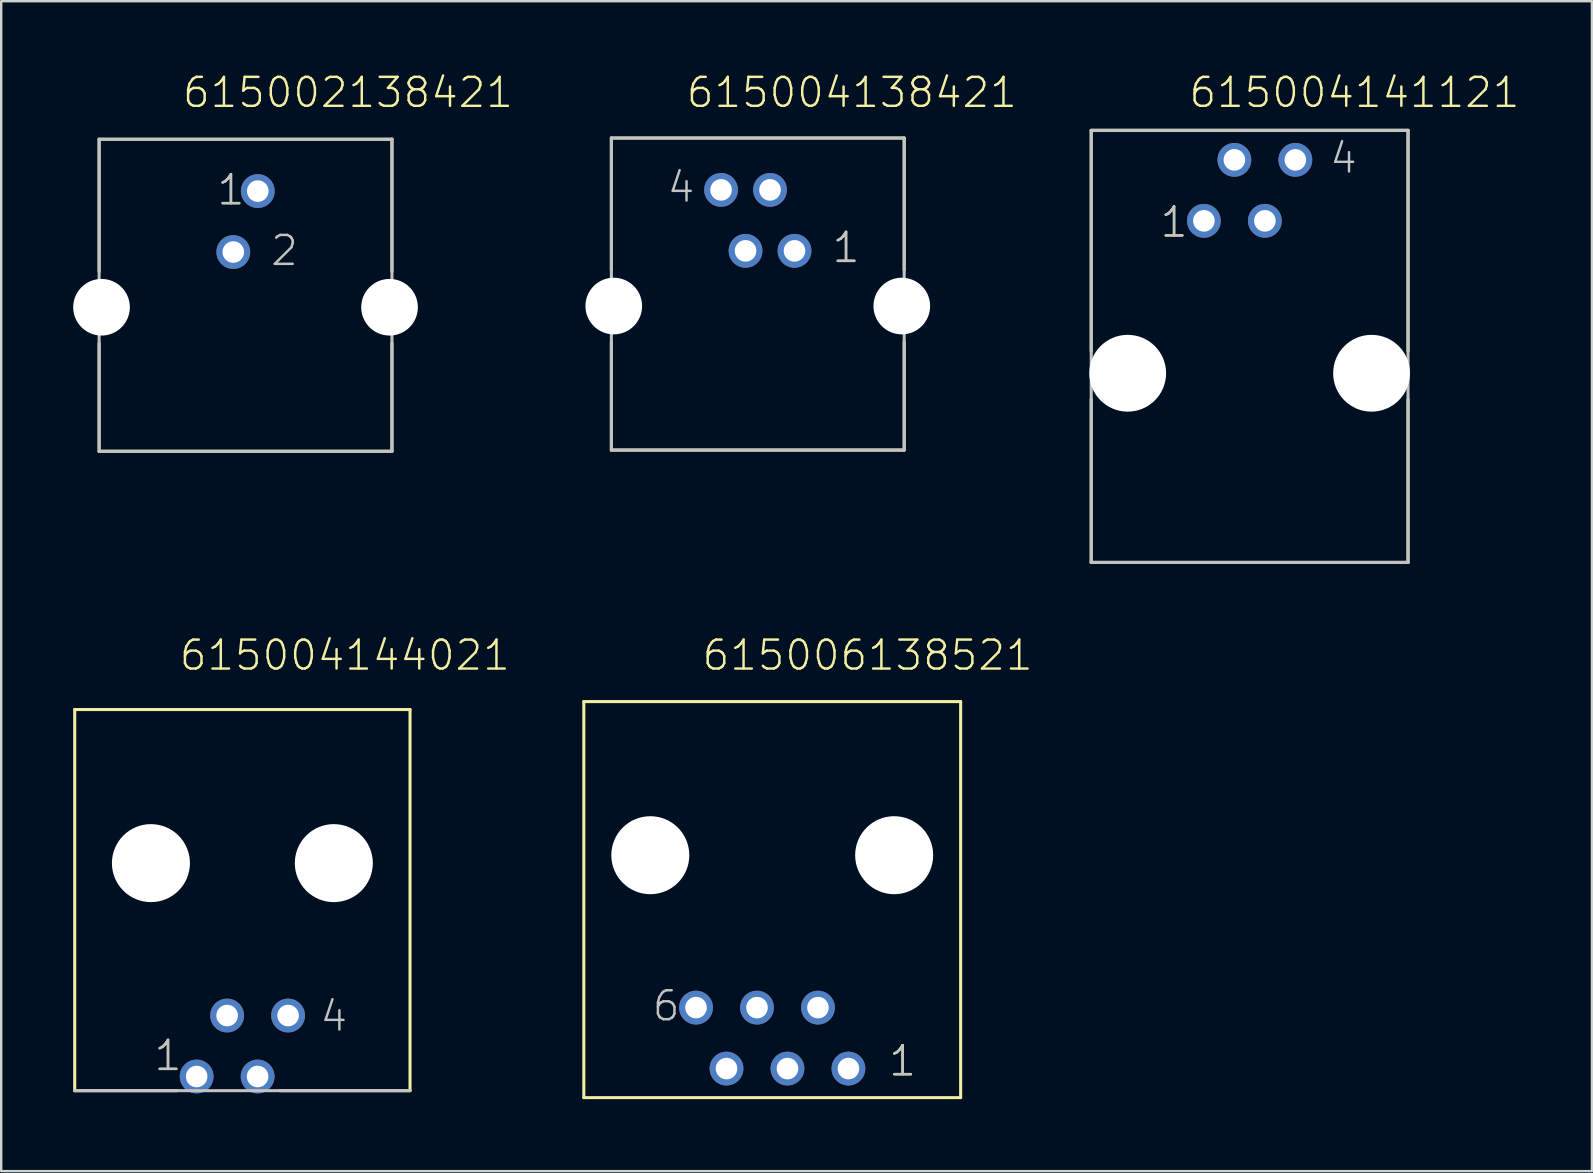
<source format=kicad_pcb>
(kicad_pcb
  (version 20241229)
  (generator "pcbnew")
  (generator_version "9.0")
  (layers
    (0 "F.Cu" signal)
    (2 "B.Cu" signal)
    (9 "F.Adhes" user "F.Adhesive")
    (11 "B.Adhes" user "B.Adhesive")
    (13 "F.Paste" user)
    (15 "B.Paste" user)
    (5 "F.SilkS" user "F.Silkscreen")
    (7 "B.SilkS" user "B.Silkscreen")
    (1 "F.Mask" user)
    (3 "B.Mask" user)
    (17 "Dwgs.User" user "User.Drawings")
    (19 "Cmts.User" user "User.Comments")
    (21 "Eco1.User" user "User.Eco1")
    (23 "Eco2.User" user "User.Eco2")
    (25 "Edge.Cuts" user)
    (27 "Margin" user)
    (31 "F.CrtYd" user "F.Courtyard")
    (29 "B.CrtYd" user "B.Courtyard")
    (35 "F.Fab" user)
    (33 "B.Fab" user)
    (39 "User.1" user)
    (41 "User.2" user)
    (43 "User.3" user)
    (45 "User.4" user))
  (footprint "615004144021"
    (layer "F.Cu")
    (at 7.048 40.531)
    (property "Reference" "615004144021" (at -2.69 -15.575 0) (layer "F.SilkS") (effects (font (size 1.206 1.206) (thickness 0.102)) (justify left bottom)))
    (attr through_hole)
    (fp_line (start -6.985 -14.02) (end -6.985 1.86) (stroke (width 0.127) (type solid)) (layer "F.SilkS"))
    (fp_line (start -6.985 -14.02) (end 6.985 -14.02) (stroke (width 0.127) (type solid)) (layer "F.SilkS"))
    (fp_line (start -2.71 1.86) (end -6.985 1.86) (stroke (width 0.127) (type solid)) (layer "F.SilkS"))
    (fp_line (start 1.556 1.86) (end 6.985 1.86) (stroke (width 0.127) (type solid)) (layer "F.SilkS"))
    (fp_line (start 6.985 1.86) (end 6.985 -14.02) (stroke (width 0.127) (type solid)) (layer "F.SilkS"))
    (fp_line (start -6.985 1.86) (end 6.985 1.86) (stroke (width 0.127) (type solid)) (layer "Dwgs.User"))
    (fp_text user "1" (at -3.74 1.105 0) (layer "F.SilkS") (effects (font (size 1.206 1.206) (thickness 0.102)) (justify left bottom)))
    (fp_text user "4" (at 3.17 -0.535 0) (layer "Dwgs.User") (effects (font (size 1.206 1.206) (thickness 0.102)) (justify left bottom)))
    (fp_text user "1" (at -3.74 1.105 0) (layer "Dwgs.User") (effects (font (size 1.206 1.206) (thickness 0.102)) (justify left bottom)))
    (pad "" np_thru_hole circle (at -3.81 -7.62) (size 3.25 3.25) (drill 3.25) (layers "*.Cu"))
    (pad "" np_thru_hole circle (at 3.81 -7.62) (size 3.25 3.25) (drill 3.25) (layers "*.Cu"))
    (pad "1" thru_hole circle (at -1.905 1.27) (size 1.408 1.408) (drill 0.9) (layers "*.Cu" "*.Mask"))
    (pad "2" thru_hole circle (at -0.635 -1.27) (size 1.408 1.408) (drill 0.9) (layers "*.Cu" "*.Mask"))
    (pad "3" thru_hole circle (at 0.635 1.27) (size 1.408 1.408) (drill 0.9) (layers "*.Cu" "*.Mask"))
    (pad "4" thru_hole circle (at 1.905 -1.27) (size 1.408 1.408) (drill 0.9) (layers "*.Cu" "*.Mask")))
  (footprint "615004138421"
    (layer "F.Cu")
    (at 28.522 9.701)
    (property "Reference" "615004138421" (at -3.04 -8.19 0) (layer "F.SilkS") (effects (font (size 1.206 1.206) (thickness 0.102)) (justify left bottom)))
    (attr through_hole)
    (fp_line (start -6.1 -7) (end 6.1 -7) (stroke (width 0.127) (type solid)) (layer "F.SilkS"))
    (fp_line (start -6.1 -1.5) (end -6.1 -7) (stroke (width 0.127) (type solid)) (layer "F.SilkS"))
    (fp_line (start -6.1 1.5) (end -6.1 6) (stroke (width 0.127) (type solid)) (layer "F.SilkS"))
    (fp_line (start 6.1 -1.5) (end 6.1 -7) (stroke (width 0.127) (type solid)) (layer "F.SilkS"))
    (fp_line (start 6.1 1.5) (end 6.1 6) (stroke (width 0.127) (type solid)) (layer "F.SilkS"))
    (fp_line (start 6.1 6) (end -6.1 6) (stroke (width 0.127) (type solid)) (layer "F.SilkS"))
    (fp_line (start -6.1 -7) (end 6.1 -7) (stroke (width 0.127) (type solid)) (layer "Dwgs.User"))
    (fp_line (start -6.1 6) (end -6.1 -7) (stroke (width 0.127) (type solid)) (layer "Dwgs.User"))
    (fp_line (start 6.1 -7) (end 6.1 6) (stroke (width 0.127) (type solid)) (layer "Dwgs.User"))
    (fp_line (start 6.1 6) (end -6.1 6) (stroke (width 0.127) (type solid)) (layer "Dwgs.User"))
    (fp_text user "1" (at 3.035 -1.73 0) (layer "F.SilkS") (effects (font (size 1.206 1.206) (thickness 0.102)) (justify left bottom)))
    (fp_text user "4" (at -3.84 -4.245 0) (layer "Dwgs.User") (effects (font (size 1.206 1.206) (thickness 0.102)) (justify left bottom)))
    (fp_text user "1" (at 3.035 -1.73 0) (layer "Dwgs.User") (effects (font (size 1.206 1.206) (thickness 0.102)) (justify left bottom)))
    (pad "" np_thru_hole circle (at -6 0) (size 2.36 2.36) (drill 2.36) (layers "*.Cu"))
    (pad "" np_thru_hole circle (at 6 0) (size 2.36 2.36) (drill 2.36) (layers "*.Cu"))
    (pad "1" thru_hole circle (at 1.53 -2.3) (size 1.408 1.408) (drill 0.9) (layers "*.Cu" "*.Mask"))
    (pad "2" thru_hole circle (at 0.51 -4.84) (size 1.408 1.408) (drill 0.9) (layers "*.Cu" "*.Mask"))
    (pad "3" thru_hole circle (at -0.51 -2.3) (size 1.408 1.408) (drill 0.9) (layers "*.Cu" "*.Mask"))
    (pad "4" thru_hole circle (at -1.53 -4.84) (size 1.408 1.408) (drill 0.9) (layers "*.Cu" "*.Mask")))
  (footprint "615006138521"
    (layer "F.Cu")
    (at 29.124 40.201)
    (property "Reference" "615006138521" (at -2.985 -15.245 0) (layer "F.SilkS") (effects (font (size 1.206 1.206) (thickness 0.102)) (justify left bottom)))
    (attr through_hole)
    (fp_line (start -7.85 -14.02) (end -7.85 2.48) (stroke (width 0.127) (type solid)) (layer "F.SilkS"))
    (fp_line (start -7.85 2.48) (end 7.85 2.48) (stroke (width 0.127) (type solid)) (layer "F.SilkS"))
    (fp_line (start 7.85 -14.02) (end -7.85 -14.02) (stroke (width 0.127) (type solid)) (layer "F.SilkS"))
    (fp_line (start 7.85 2.48) (end 7.85 -14.02) (stroke (width 0.127) (type solid)) (layer "F.SilkS"))
    (fp_text user "1" (at 4.79 1.655 0) (layer "F.SilkS") (effects (font (size 1.206 1.206) (thickness 0.102)) (justify left bottom)))
    (fp_text user "6" (at -5.06 -0.635 0) (layer "Dwgs.User") (effects (font (size 1.206 1.206) (thickness 0.102)) (justify left bottom)))
    (fp_text user "1" (at 4.79 1.655 0) (layer "Dwgs.User") (effects (font (size 1.206 1.206) (thickness 0.102)) (justify left bottom)))
    (pad "" np_thru_hole circle (at -5.08 -7.62) (size 3.25 3.25) (drill 3.25) (layers "*.Cu"))
    (pad "" np_thru_hole circle (at 5.08 -7.62) (size 3.25 3.25) (drill 3.25) (layers "*.Cu"))
    (pad "1" thru_hole circle (at 3.175 1.27) (size 1.408 1.408) (drill 0.9) (layers "*.Cu" "*.Mask"))
    (pad "2" thru_hole circle (at 1.905 -1.27) (size 1.408 1.408) (drill 0.9) (layers "*.Cu" "*.Mask"))
    (pad "3" thru_hole circle (at 0.635 1.27) (size 1.408 1.408) (drill 0.9) (layers "*.Cu" "*.Mask"))
    (pad "4" thru_hole circle (at -0.635 -1.27) (size 1.408 1.408) (drill 0.9) (layers "*.Cu" "*.Mask"))
    (pad "5" thru_hole circle (at -1.905 1.27) (size 1.408 1.408) (drill 0.9) (layers "*.Cu" "*.Mask"))
    (pad "6" thru_hole circle (at -3.175 -1.27) (size 1.408 1.408) (drill 0.9) (layers "*.Cu" "*.Mask")))
  (footprint "615002138421"
    (layer "F.Cu")
    (at 7.18 9.751)
    (property "Reference" "615002138421" (at -2.69 -8.24 0) (layer "F.SilkS") (effects (font (size 1.206 1.206) (thickness 0.102)) (justify left bottom)))
    (attr through_hole)
    (fp_line (start -6.1 -7) (end 6.1 -7) (stroke (width 0.127) (type solid)) (layer "F.SilkS"))
    (fp_line (start -6.1 -1.5) (end -6.1 -7) (stroke (width 0.127) (type solid)) (layer "F.SilkS"))
    (fp_line (start -6.1 1.5) (end -6.1 6) (stroke (width 0.127) (type solid)) (layer "F.SilkS"))
    (fp_line (start 6.1 -1.5) (end 6.1 -7) (stroke (width 0.127) (type solid)) (layer "F.SilkS"))
    (fp_line (start 6.1 1.5) (end 6.1 6) (stroke (width 0.127) (type solid)) (layer "F.SilkS"))
    (fp_line (start 6.1 6) (end -6.1 6) (stroke (width 0.127) (type solid)) (layer "F.SilkS"))
    (fp_line (start -6.1 -7) (end 6.1 -7) (stroke (width 0.127) (type solid)) (layer "Dwgs.User"))
    (fp_line (start -6.1 6) (end -6.1 -7) (stroke (width 0.127) (type solid)) (layer "Dwgs.User"))
    (fp_line (start 6.1 -7) (end 6.1 6) (stroke (width 0.127) (type solid)) (layer "Dwgs.User"))
    (fp_line (start 6.1 6) (end -6.1 6) (stroke (width 0.127) (type solid)) (layer "Dwgs.User"))
    (fp_text user "1" (at -1.25 -4.185 0) (layer "F.SilkS") (effects (font (size 1.206 1.206) (thickness 0.102)) (justify left bottom)))
    (fp_text user "2" (at 0.98 -1.655 0) (layer "Dwgs.User") (effects (font (size 1.206 1.206) (thickness 0.102)) (justify left bottom)))
    (fp_text user "1" (at -1.25 -4.185 0) (layer "Dwgs.User") (effects (font (size 1.206 1.206) (thickness 0.102)) (justify left bottom)))
    (pad "" np_thru_hole circle (at -6 0) (size 2.36 2.36) (drill 2.36) (layers "*.Cu"))
    (pad "" np_thru_hole circle (at 6 0) (size 2.36 2.36) (drill 2.36) (layers "*.Cu"))
    (pad "1" thru_hole circle (at 0.51 -4.84) (size 1.408 1.408) (drill 0.9) (layers "*.Cu" "*.Mask"))
    (pad "2" thru_hole circle (at -0.51 -2.3) (size 1.408 1.408) (drill 0.9) (layers "*.Cu" "*.Mask")))
  (footprint "615004141121"
    (layer "F.Cu")
    (at 49.014 12.501)
    (property "Reference" "615004141121" (at -2.59 -10.99 0) (layer "F.SilkS") (effects (font (size 1.206 1.206) (thickness 0.102)) (justify left bottom)))
    (attr through_hole)
    (fp_line (start -6.6 -10.12) (end 6.6 -10.12) (stroke (width 0.127) (type solid)) (layer "F.SilkS"))
    (fp_line (start -6.6 -0.92) (end -6.6 -10.12) (stroke (width 0.127) (type solid)) (layer "F.SilkS"))
    (fp_line (start -6.6 1.09) (end -6.6 7.88) (stroke (width 0.127) (type solid)) (layer "F.SilkS"))
    (fp_line (start 6.6 -0.92) (end 6.6 -10.12) (stroke (width 0.127) (type solid)) (layer "F.SilkS"))
    (fp_line (start 6.6 1.09) (end 6.6 7.88) (stroke (width 0.127) (type solid)) (layer "F.SilkS"))
    (fp_line (start 6.6 7.88) (end -6.6 7.88) (stroke (width 0.127) (type solid)) (layer "F.SilkS"))
    (fp_line (start -6.6 -10.12) (end 6.6 -10.12) (stroke (width 0.127) (type solid)) (layer "Dwgs.User"))
    (fp_line (start -6.6 7.88) (end -6.6 -10.12) (stroke (width 0.127) (type solid)) (layer "Dwgs.User"))
    (fp_line (start 6.6 -10.12) (end 6.6 7.88) (stroke (width 0.127) (type solid)) (layer "Dwgs.User"))
    (fp_line (start 6.6 7.88) (end -6.6 7.88) (stroke (width 0.127) (type solid)) (layer "Dwgs.User"))
    (fp_text user "1" (at -3.79 -5.59 0) (layer "F.SilkS") (effects (font (size 1.206 1.206) (thickness 0.102)) (justify left bottom)))
    (fp_text user "1" (at -3.79 -5.59 0) (layer "Dwgs.User") (effects (font (size 1.206 1.206) (thickness 0.102)) (justify left bottom)))
    (fp_text user "4" (at 3.27 -8.255 0) (layer "Dwgs.User") (effects (font (size 1.206 1.206) (thickness 0.102)) (justify left bottom)))
    (pad "" np_thru_hole circle (at -5.08 0) (size 3.2 3.2) (drill 3.2) (layers "*.Cu"))
    (pad "" np_thru_hole circle (at 5.08 0) (size 3.2 3.2) (drill 3.2) (layers "*.Cu"))
    (pad "1" thru_hole circle (at -1.905 -6.35) (size 1.408 1.408) (drill 0.9) (layers "*.Cu" "*.Mask"))
    (pad "2" thru_hole circle (at -0.635 -8.89) (size 1.408 1.408) (drill 0.9) (layers "*.Cu" "*.Mask"))
    (pad "3" thru_hole circle (at 0.635 -6.35) (size 1.408 1.408) (drill 0.9) (layers "*.Cu" "*.Mask"))
    (pad "4" thru_hole circle (at 1.905 -8.89) (size 1.408 1.408) (drill 0.9) (layers "*.Cu" "*.Mask")))
  (gr_rect
    (start -3 -3)
    (end 63.276 45.745)
    (stroke (width 0.1) (type default))
    (fill no)
    (layer "Edge.Cuts")))
</source>
